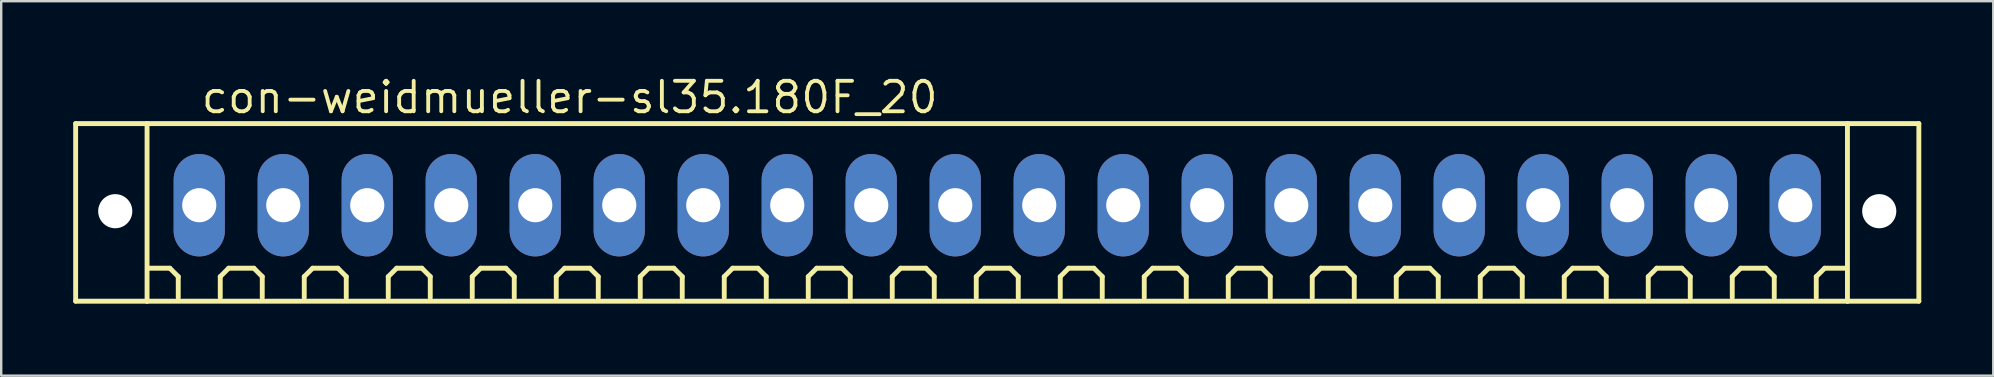
<source format=kicad_pcb>
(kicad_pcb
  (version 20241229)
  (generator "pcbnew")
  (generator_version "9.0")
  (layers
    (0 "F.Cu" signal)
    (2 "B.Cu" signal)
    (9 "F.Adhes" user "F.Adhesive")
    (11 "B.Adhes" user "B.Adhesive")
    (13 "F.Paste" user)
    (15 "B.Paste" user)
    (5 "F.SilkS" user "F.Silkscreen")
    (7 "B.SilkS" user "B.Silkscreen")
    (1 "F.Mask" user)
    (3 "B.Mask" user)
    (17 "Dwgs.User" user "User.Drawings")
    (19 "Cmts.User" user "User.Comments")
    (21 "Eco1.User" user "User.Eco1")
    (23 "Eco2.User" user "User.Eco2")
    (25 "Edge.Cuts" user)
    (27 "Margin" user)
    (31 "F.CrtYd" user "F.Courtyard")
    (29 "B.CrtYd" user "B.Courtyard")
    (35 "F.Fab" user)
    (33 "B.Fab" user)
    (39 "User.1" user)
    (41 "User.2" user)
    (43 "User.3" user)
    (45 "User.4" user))
  (footprint "con-weidmueller-sl35.180F_20"
    (layer "F.Cu")
    (at 38.502 5.5)
    (property "Reference" "con-weidmueller-sl35.180F_20" (at -33.25 -3.75 0) (layer "F.SilkS") (effects (font (size 1.27 1.27) (thickness 0.16)) (justify left bottom)))
    (attr through_hole)
    (fp_line (start -38.4 -3.4) (end -35.425 -3.4) (stroke (width 0.203) (type default)) (layer "F.SilkS"))
    (fp_line (start -38.4 4) (end -38.4 -3.4) (stroke (width 0.203) (type default)) (layer "F.SilkS"))
    (fp_line (start -35.425 -3.4) (end 35.425 -3.4) (stroke (width 0.203) (type default)) (layer "F.SilkS"))
    (fp_line (start -35.425 4) (end -38.4 4) (stroke (width 0.203) (type default)) (layer "F.SilkS"))
    (fp_line (start -35.425 4) (end -35.425 -3.4) (stroke (width 0.203) (type default)) (layer "F.SilkS"))
    (fp_line (start -34.475 2.625) (end -35.35 2.625) (stroke (width 0.203) (type default)) (layer "F.SilkS"))
    (fp_line (start -34.125 2.975) (end -34.475 2.625) (stroke (width 0.203) (type default)) (layer "F.SilkS"))
    (fp_line (start -34.125 3.85) (end -34.125 2.975) (stroke (width 0.203) (type default)) (layer "F.SilkS"))
    (fp_line (start -32.375 2.975) (end -32.025 2.625) (stroke (width 0.203) (type default)) (layer "F.SilkS"))
    (fp_line (start -32.375 3.85) (end -32.375 2.975) (stroke (width 0.203) (type default)) (layer "F.SilkS"))
    (fp_line (start -32.025 2.625) (end -30.975 2.625) (stroke (width 0.203) (type default)) (layer "F.SilkS"))
    (fp_line (start -30.975 2.625) (end -30.625 2.975) (stroke (width 0.203) (type default)) (layer "F.SilkS"))
    (fp_line (start -30.625 2.975) (end -30.625 3.85) (stroke (width 0.203) (type default)) (layer "F.SilkS"))
    (fp_line (start -28.875 2.975) (end -28.525 2.625) (stroke (width 0.203) (type default)) (layer "F.SilkS"))
    (fp_line (start -28.875 3.85) (end -28.875 2.975) (stroke (width 0.203) (type default)) (layer "F.SilkS"))
    (fp_line (start -28.525 2.625) (end -27.475 2.625) (stroke (width 0.203) (type default)) (layer "F.SilkS"))
    (fp_line (start -27.475 2.625) (end -27.125 2.975) (stroke (width 0.203) (type default)) (layer "F.SilkS"))
    (fp_line (start -27.125 2.975) (end -27.125 3.85) (stroke (width 0.203) (type default)) (layer "F.SilkS"))
    (fp_line (start -25.375 2.975) (end -25.025 2.625) (stroke (width 0.203) (type default)) (layer "F.SilkS"))
    (fp_line (start -25.375 3.85) (end -25.375 2.975) (stroke (width 0.203) (type default)) (layer "F.SilkS"))
    (fp_line (start -25.025 2.625) (end -23.975 2.625) (stroke (width 0.203) (type default)) (layer "F.SilkS"))
    (fp_line (start -23.975 2.625) (end -23.625 2.975) (stroke (width 0.203) (type default)) (layer "F.SilkS"))
    (fp_line (start -23.625 2.975) (end -23.625 3.85) (stroke (width 0.203) (type default)) (layer "F.SilkS"))
    (fp_line (start -21.875 2.975) (end -21.525 2.625) (stroke (width 0.203) (type default)) (layer "F.SilkS"))
    (fp_line (start -21.875 3.85) (end -21.875 2.975) (stroke (width 0.203) (type default)) (layer "F.SilkS"))
    (fp_line (start -21.525 2.625) (end -20.475 2.625) (stroke (width 0.203) (type default)) (layer "F.SilkS"))
    (fp_line (start -20.475 2.625) (end -20.125 2.975) (stroke (width 0.203) (type default)) (layer "F.SilkS"))
    (fp_line (start -20.125 2.975) (end -20.125 3.85) (stroke (width 0.203) (type default)) (layer "F.SilkS"))
    (fp_line (start -18.375 2.975) (end -18.025 2.625) (stroke (width 0.203) (type default)) (layer "F.SilkS"))
    (fp_line (start -18.375 3.85) (end -18.375 2.975) (stroke (width 0.203) (type default)) (layer "F.SilkS"))
    (fp_line (start -18.025 2.625) (end -16.975 2.625) (stroke (width 0.203) (type default)) (layer "F.SilkS"))
    (fp_line (start -16.975 2.625) (end -16.625 2.975) (stroke (width 0.203) (type default)) (layer "F.SilkS"))
    (fp_line (start -16.625 2.975) (end -16.625 3.85) (stroke (width 0.203) (type default)) (layer "F.SilkS"))
    (fp_line (start -14.875 2.975) (end -14.525 2.625) (stroke (width 0.203) (type default)) (layer "F.SilkS"))
    (fp_line (start -14.875 3.85) (end -14.875 2.975) (stroke (width 0.203) (type default)) (layer "F.SilkS"))
    (fp_line (start -14.525 2.625) (end -13.475 2.625) (stroke (width 0.203) (type default)) (layer "F.SilkS"))
    (fp_line (start -13.475 2.625) (end -13.125 2.975) (stroke (width 0.203) (type default)) (layer "F.SilkS"))
    (fp_line (start -13.125 2.975) (end -13.125 3.85) (stroke (width 0.203) (type default)) (layer "F.SilkS"))
    (fp_line (start -11.375 2.975) (end -11.025 2.625) (stroke (width 0.203) (type default)) (layer "F.SilkS"))
    (fp_line (start -11.375 3.85) (end -11.375 2.975) (stroke (width 0.203) (type default)) (layer "F.SilkS"))
    (fp_line (start -11.025 2.625) (end -9.975 2.625) (stroke (width 0.203) (type default)) (layer "F.SilkS"))
    (fp_line (start -9.975 2.625) (end -9.625 2.975) (stroke (width 0.203) (type default)) (layer "F.SilkS"))
    (fp_line (start -9.625 2.975) (end -9.625 3.85) (stroke (width 0.203) (type default)) (layer "F.SilkS"))
    (fp_line (start -7.875 2.975) (end -7.525 2.625) (stroke (width 0.203) (type default)) (layer "F.SilkS"))
    (fp_line (start -7.875 3.85) (end -7.875 2.975) (stroke (width 0.203) (type default)) (layer "F.SilkS"))
    (fp_line (start -7.525 2.625) (end -6.475 2.625) (stroke (width 0.203) (type default)) (layer "F.SilkS"))
    (fp_line (start -6.475 2.625) (end -6.125 2.975) (stroke (width 0.203) (type default)) (layer "F.SilkS"))
    (fp_line (start -6.125 2.975) (end -6.125 3.85) (stroke (width 0.203) (type default)) (layer "F.SilkS"))
    (fp_line (start -4.375 2.975) (end -4.025 2.625) (stroke (width 0.203) (type default)) (layer "F.SilkS"))
    (fp_line (start -4.375 3.85) (end -4.375 2.975) (stroke (width 0.203) (type default)) (layer "F.SilkS"))
    (fp_line (start -4.025 2.625) (end -2.975 2.625) (stroke (width 0.203) (type default)) (layer "F.SilkS"))
    (fp_line (start -2.975 2.625) (end -2.625 2.975) (stroke (width 0.203) (type default)) (layer "F.SilkS"))
    (fp_line (start -2.625 2.975) (end -2.625 3.85) (stroke (width 0.203) (type default)) (layer "F.SilkS"))
    (fp_line (start -0.875 2.975) (end -0.525 2.625) (stroke (width 0.203) (type default)) (layer "F.SilkS"))
    (fp_line (start -0.875 3.85) (end -0.875 2.975) (stroke (width 0.203) (type default)) (layer "F.SilkS"))
    (fp_line (start -0.525 2.625) (end 0.525 2.625) (stroke (width 0.203) (type default)) (layer "F.SilkS"))
    (fp_line (start 0.525 2.625) (end 0.875 2.975) (stroke (width 0.203) (type default)) (layer "F.SilkS"))
    (fp_line (start 0.875 2.975) (end 0.875 3.85) (stroke (width 0.203) (type default)) (layer "F.SilkS"))
    (fp_line (start 2.625 2.975) (end 2.975 2.625) (stroke (width 0.203) (type default)) (layer "F.SilkS"))
    (fp_line (start 2.625 3.85) (end 2.625 2.975) (stroke (width 0.203) (type default)) (layer "F.SilkS"))
    (fp_line (start 2.975 2.625) (end 4.025 2.625) (stroke (width 0.203) (type default)) (layer "F.SilkS"))
    (fp_line (start 4.025 2.625) (end 4.375 2.975) (stroke (width 0.203) (type default)) (layer "F.SilkS"))
    (fp_line (start 4.375 2.975) (end 4.375 3.85) (stroke (width 0.203) (type default)) (layer "F.SilkS"))
    (fp_line (start 6.125 2.975) (end 6.475 2.625) (stroke (width 0.203) (type default)) (layer "F.SilkS"))
    (fp_line (start 6.125 3.85) (end 6.125 2.975) (stroke (width 0.203) (type default)) (layer "F.SilkS"))
    (fp_line (start 6.475 2.625) (end 7.525 2.625) (stroke (width 0.203) (type default)) (layer "F.SilkS"))
    (fp_line (start 7.525 2.625) (end 7.875 2.975) (stroke (width 0.203) (type default)) (layer "F.SilkS"))
    (fp_line (start 7.875 2.975) (end 7.875 3.85) (stroke (width 0.203) (type default)) (layer "F.SilkS"))
    (fp_line (start 9.625 2.975) (end 9.975 2.625) (stroke (width 0.203) (type default)) (layer "F.SilkS"))
    (fp_line (start 9.625 3.85) (end 9.625 2.975) (stroke (width 0.203) (type default)) (layer "F.SilkS"))
    (fp_line (start 9.975 2.625) (end 11.025 2.625) (stroke (width 0.203) (type default)) (layer "F.SilkS"))
    (fp_line (start 11.025 2.625) (end 11.375 2.975) (stroke (width 0.203) (type default)) (layer "F.SilkS"))
    (fp_line (start 11.375 2.975) (end 11.375 3.85) (stroke (width 0.203) (type default)) (layer "F.SilkS"))
    (fp_line (start 13.125 2.975) (end 13.475 2.625) (stroke (width 0.203) (type default)) (layer "F.SilkS"))
    (fp_line (start 13.125 3.85) (end 13.125 2.975) (stroke (width 0.203) (type default)) (layer "F.SilkS"))
    (fp_line (start 13.475 2.625) (end 14.525 2.625) (stroke (width 0.203) (type default)) (layer "F.SilkS"))
    (fp_line (start 14.525 2.625) (end 14.875 2.975) (stroke (width 0.203) (type default)) (layer "F.SilkS"))
    (fp_line (start 14.875 2.975) (end 14.875 3.85) (stroke (width 0.203) (type default)) (layer "F.SilkS"))
    (fp_line (start 16.625 2.975) (end 16.975 2.625) (stroke (width 0.203) (type default)) (layer "F.SilkS"))
    (fp_line (start 16.625 3.85) (end 16.625 2.975) (stroke (width 0.203) (type default)) (layer "F.SilkS"))
    (fp_line (start 16.975 2.625) (end 18.025 2.625) (stroke (width 0.203) (type default)) (layer "F.SilkS"))
    (fp_line (start 18.025 2.625) (end 18.375 2.975) (stroke (width 0.203) (type default)) (layer "F.SilkS"))
    (fp_line (start 18.375 2.975) (end 18.375 3.85) (stroke (width 0.203) (type default)) (layer "F.SilkS"))
    (fp_line (start 20.125 2.975) (end 20.475 2.625) (stroke (width 0.203) (type default)) (layer "F.SilkS"))
    (fp_line (start 20.125 3.85) (end 20.125 2.975) (stroke (width 0.203) (type default)) (layer "F.SilkS"))
    (fp_line (start 20.475 2.625) (end 21.525 2.625) (stroke (width 0.203) (type default)) (layer "F.SilkS"))
    (fp_line (start 21.525 2.625) (end 21.875 2.975) (stroke (width 0.203) (type default)) (layer "F.SilkS"))
    (fp_line (start 21.875 2.975) (end 21.875 3.85) (stroke (width 0.203) (type default)) (layer "F.SilkS"))
    (fp_line (start 23.625 2.975) (end 23.975 2.625) (stroke (width 0.203) (type default)) (layer "F.SilkS"))
    (fp_line (start 23.625 3.85) (end 23.625 2.975) (stroke (width 0.203) (type default)) (layer "F.SilkS"))
    (fp_line (start 23.975 2.625) (end 25.025 2.625) (stroke (width 0.203) (type default)) (layer "F.SilkS"))
    (fp_line (start 25.025 2.625) (end 25.375 2.975) (stroke (width 0.203) (type default)) (layer "F.SilkS"))
    (fp_line (start 25.375 2.975) (end 25.375 3.85) (stroke (width 0.203) (type default)) (layer "F.SilkS"))
    (fp_line (start 27.125 2.975) (end 27.475 2.625) (stroke (width 0.203) (type default)) (layer "F.SilkS"))
    (fp_line (start 27.125 3.85) (end 27.125 2.975) (stroke (width 0.203) (type default)) (layer "F.SilkS"))
    (fp_line (start 27.475 2.625) (end 28.525 2.625) (stroke (width 0.203) (type default)) (layer "F.SilkS"))
    (fp_line (start 28.525 2.625) (end 28.875 2.975) (stroke (width 0.203) (type default)) (layer "F.SilkS"))
    (fp_line (start 28.875 2.975) (end 28.875 3.85) (stroke (width 0.203) (type default)) (layer "F.SilkS"))
    (fp_line (start 30.625 2.975) (end 30.975 2.625) (stroke (width 0.203) (type default)) (layer "F.SilkS"))
    (fp_line (start 30.625 3.85) (end 30.625 2.975) (stroke (width 0.203) (type default)) (layer "F.SilkS"))
    (fp_line (start 30.975 2.625) (end 32.025 2.625) (stroke (width 0.203) (type default)) (layer "F.SilkS"))
    (fp_line (start 32.025 2.625) (end 32.375 2.975) (stroke (width 0.203) (type default)) (layer "F.SilkS"))
    (fp_line (start 32.375 2.975) (end 32.375 3.85) (stroke (width 0.203) (type default)) (layer "F.SilkS"))
    (fp_line (start 34.125 2.975) (end 34.475 2.625) (stroke (width 0.203) (type default)) (layer "F.SilkS"))
    (fp_line (start 34.125 3.85) (end 34.125 2.975) (stroke (width 0.203) (type default)) (layer "F.SilkS"))
    (fp_line (start 34.475 2.625) (end 35.35 2.625) (stroke (width 0.203) (type default)) (layer "F.SilkS"))
    (fp_line (start 35.425 -3.4) (end 35.425 4) (stroke (width 0.203) (type default)) (layer "F.SilkS"))
    (fp_line (start 35.425 -3.4) (end 38.4 -3.4) (stroke (width 0.203) (type default)) (layer "F.SilkS"))
    (fp_line (start 35.425 4) (end -35.425 4) (stroke (width 0.203) (type default)) (layer "F.SilkS"))
    (fp_line (start 38.4 -3.4) (end 38.4 4) (stroke (width 0.203) (type default)) (layer "F.SilkS"))
    (fp_line (start 38.4 4) (end 35.425 4) (stroke (width 0.203) (type default)) (layer "F.SilkS"))
    (pad "" np_thru_hole circle (at -36.75 0.25) (size 1.422 1.422) (drill 1.422) (layers "*.Cu" "*.Mask"))
    (pad "" np_thru_hole circle (at 36.75 0.25) (size 1.422 1.422) (drill 1.422) (layers "*.Cu" "*.Mask"))
    (pad "1" thru_hole oval (at -33.25 0 90) (size 4.267 2.134) (drill 1.422) (layers "*.Cu" "*.Mask"))
    (pad "2" thru_hole oval (at -29.75 0 90) (size 4.267 2.134) (drill 1.422) (layers "*.Cu" "*.Mask"))
    (pad "3" thru_hole oval (at -26.25 0 90) (size 4.267 2.134) (drill 1.422) (layers "*.Cu" "*.Mask"))
    (pad "4" thru_hole oval (at -22.75 0 90) (size 4.267 2.134) (drill 1.422) (layers "*.Cu" "*.Mask"))
    (pad "5" thru_hole oval (at -19.25 0 90) (size 4.267 2.134) (drill 1.422) (layers "*.Cu" "*.Mask"))
    (pad "6" thru_hole oval (at -15.75 0 90) (size 4.267 2.134) (drill 1.422) (layers "*.Cu" "*.Mask"))
    (pad "7" thru_hole oval (at -12.25 0 90) (size 4.267 2.134) (drill 1.422) (layers "*.Cu" "*.Mask"))
    (pad "8" thru_hole oval (at -8.75 0 90) (size 4.267 2.134) (drill 1.422) (layers "*.Cu" "*.Mask"))
    (pad "9" thru_hole oval (at -5.25 0 90) (size 4.267 2.134) (drill 1.422) (layers "*.Cu" "*.Mask"))
    (pad "10" thru_hole oval (at -1.75 0 90) (size 4.267 2.134) (drill 1.422) (layers "*.Cu" "*.Mask"))
    (pad "11" thru_hole oval (at 1.75 0 90) (size 4.267 2.134) (drill 1.422) (layers "*.Cu" "*.Mask"))
    (pad "12" thru_hole oval (at 5.25 0 90) (size 4.267 2.134) (drill 1.422) (layers "*.Cu" "*.Mask"))
    (pad "13" thru_hole oval (at 8.75 0 90) (size 4.267 2.134) (drill 1.422) (layers "*.Cu" "*.Mask"))
    (pad "14" thru_hole oval (at 12.25 0 90) (size 4.267 2.134) (drill 1.422) (layers "*.Cu" "*.Mask"))
    (pad "15" thru_hole oval (at 15.75 0 90) (size 4.267 2.134) (drill 1.422) (layers "*.Cu" "*.Mask"))
    (pad "16" thru_hole oval (at 19.25 0 90) (size 4.267 2.134) (drill 1.422) (layers "*.Cu" "*.Mask"))
    (pad "17" thru_hole oval (at 22.75 0 90) (size 4.267 2.134) (drill 1.422) (layers "*.Cu" "*.Mask"))
    (pad "18" thru_hole oval (at 26.25 0 90) (size 4.267 2.134) (drill 1.422) (layers "*.Cu" "*.Mask"))
    (pad "19" thru_hole oval (at 29.75 0 90) (size 4.267 2.134) (drill 1.422) (layers "*.Cu" "*.Mask"))
    (pad "20" thru_hole oval (at 33.25 0 90) (size 4.267 2.134) (drill 1.422) (layers "*.Cu" "*.Mask")))
  (gr_rect
    (start -3 -3)
    (end 80.003 12.602)
    (stroke (width 0.1) (type default))
    (fill no)
    (layer "Edge.Cuts")))
</source>
